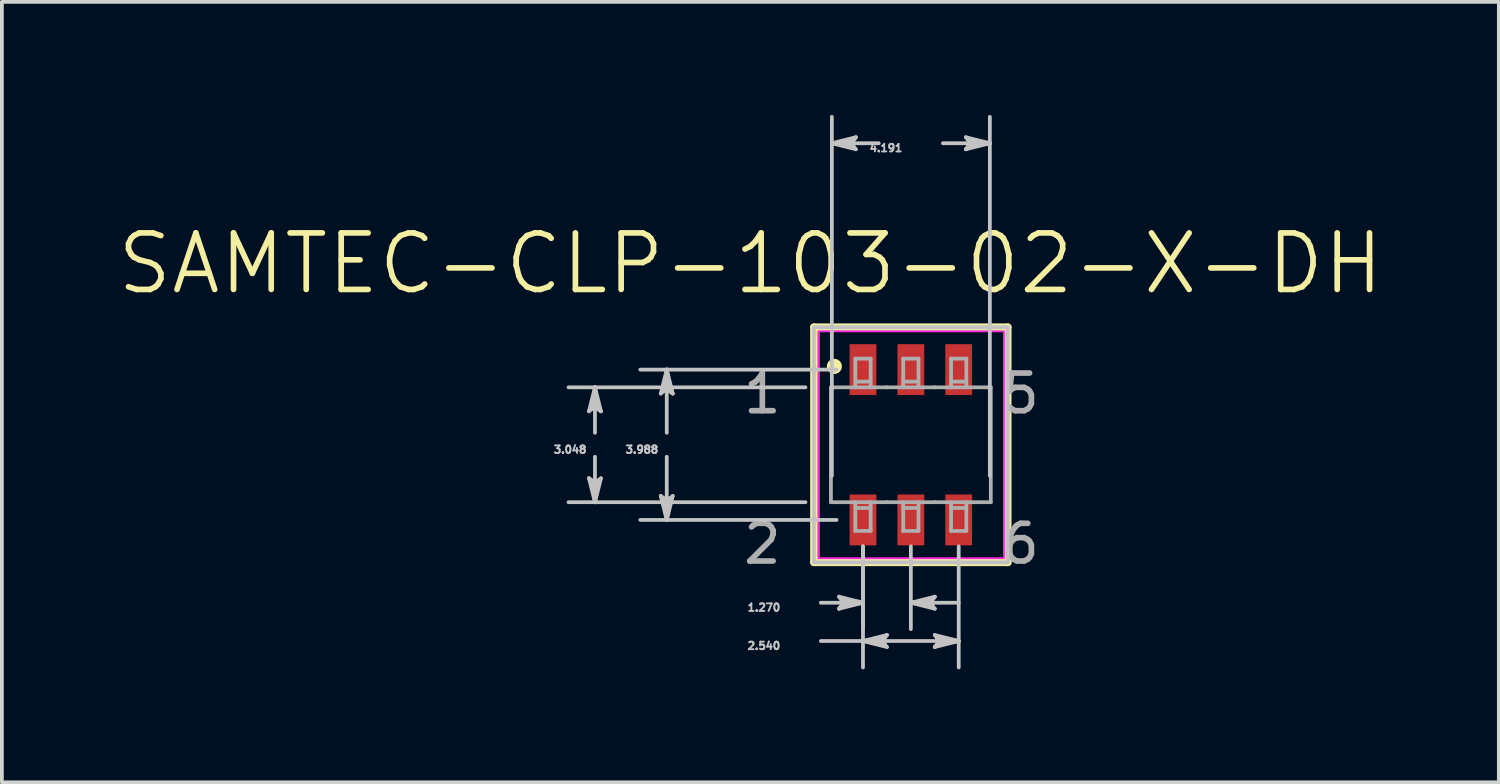
<source format=kicad_pcb>
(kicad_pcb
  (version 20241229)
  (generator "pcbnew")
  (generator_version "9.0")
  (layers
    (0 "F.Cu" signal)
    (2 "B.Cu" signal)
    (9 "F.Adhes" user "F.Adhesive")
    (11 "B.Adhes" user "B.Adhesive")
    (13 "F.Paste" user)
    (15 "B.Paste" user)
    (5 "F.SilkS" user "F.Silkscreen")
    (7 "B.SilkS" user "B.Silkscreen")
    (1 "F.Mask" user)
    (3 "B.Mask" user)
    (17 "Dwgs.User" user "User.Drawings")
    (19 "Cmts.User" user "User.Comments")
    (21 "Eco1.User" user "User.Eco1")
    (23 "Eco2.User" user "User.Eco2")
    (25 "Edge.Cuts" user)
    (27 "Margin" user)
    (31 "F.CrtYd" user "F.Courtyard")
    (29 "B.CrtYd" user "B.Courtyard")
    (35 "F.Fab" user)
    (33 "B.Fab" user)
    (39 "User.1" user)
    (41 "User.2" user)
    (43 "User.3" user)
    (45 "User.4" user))
  (footprint "SAMTEC-CLP-103-02-X-DH"
    (layer "F.Cu")
    (at 21.119 8.752)
    (property "Reference" "SAMTEC-CLP-103-02-X-DH" (at -4.258 -4.808 0) (layer "F.SilkS") (effects (font (size 1.5 1.5) (thickness 0.15))))
    (attr smd)
    (fp_poly (pts (xy -1.677 -2.72) (xy -0.864 -2.72) (xy -0.864 -1.268) (xy -1.677 -1.268)) (stroke (width 0.01) (type solid)) (fill yes) (layer "F.Mask"))
    (fp_poly (pts (xy -1.677 1.268) (xy -0.864 1.268) (xy -0.864 2.72) (xy -1.677 2.72)) (stroke (width 0.01) (type solid)) (fill yes) (layer "F.Mask"))
    (fp_poly (pts (xy -0.407 -2.72) (xy 0.406 -2.72) (xy 0.406 -1.268) (xy -0.407 -1.268)) (stroke (width 0.01) (type solid)) (fill yes) (layer "F.Mask"))
    (fp_poly (pts (xy -0.407 1.268) (xy 0.406 1.268) (xy 0.406 2.72) (xy -0.407 2.72)) (stroke (width 0.01) (type solid)) (fill yes) (layer "F.Mask"))
    (fp_poly (pts (xy 0.863 -2.72) (xy 1.676 -2.72) (xy 1.676 -1.268) (xy 0.863 -1.268)) (stroke (width 0.01) (type solid)) (fill yes) (layer "F.Mask"))
    (fp_poly (pts (xy 0.863 1.268) (xy 1.676 1.268) (xy 1.676 2.72) (xy 0.863 2.72)) (stroke (width 0.01) (type solid)) (fill yes) (layer "F.Mask"))
    (fp_line (start -2.571 -3.12) (end -2.571 3.12) (stroke (width 0.2) (type solid)) (layer "F.SilkS"))
    (fp_line (start -2.571 3.12) (end 2.571 3.12) (stroke (width 0.2) (type solid)) (layer "F.SilkS"))
    (fp_line (start 2.571 -3.12) (end -2.571 -3.12) (stroke (width 0.2) (type solid)) (layer "F.SilkS"))
    (fp_line (start 2.571 3.12) (end 2.571 -3.12) (stroke (width 0.2) (type solid)) (layer "F.SilkS"))
    (fp_circle (center -2.03 -2.08) (end -1.88 -2.08) (stroke (width 0.1) (type solid)) (fill yes) (layer "F.SilkS"))
    (fp_poly (pts (xy -1.626 -2.669) (xy -0.915 -2.669) (xy -0.915 -1.319) (xy -1.626 -1.319)) (stroke (width 0.01) (type solid)) (fill yes) (layer "F.Paste"))
    (fp_poly (pts (xy -1.626 1.319) (xy -0.915 1.319) (xy -0.915 2.669) (xy -1.626 2.669)) (stroke (width 0.01) (type solid)) (fill yes) (layer "F.Paste"))
    (fp_poly (pts (xy -0.356 -2.669) (xy 0.355 -2.669) (xy 0.355 -1.319) (xy -0.356 -1.319)) (stroke (width 0.01) (type solid)) (fill yes) (layer "F.Paste"))
    (fp_poly (pts (xy -0.356 1.319) (xy 0.355 1.319) (xy 0.355 2.669) (xy -0.356 2.669)) (stroke (width 0.01) (type solid)) (fill yes) (layer "F.Paste"))
    (fp_poly (pts (xy 0.914 -2.669) (xy 1.625 -2.669) (xy 1.625 -1.319) (xy 0.914 -1.319)) (stroke (width 0.01) (type solid)) (fill yes) (layer "F.Paste"))
    (fp_poly (pts (xy 0.914 1.319) (xy 1.625 1.319) (xy 1.625 2.669) (xy 0.914 2.669)) (stroke (width 0.01) (type solid)) (fill yes) (layer "F.Paste"))
    (fp_line (start -8.541 -0.889) (end -8.382 -1.016) (stroke (width 0.1) (type solid)) (layer "Dwgs.User"))
    (fp_line (start -8.541 0.889) (end -8.382 1.524) (stroke (width 0.1) (type solid)) (layer "Dwgs.User"))
    (fp_line (start -8.461 -0.952) (end -8.382 -1.016) (stroke (width 0.1) (type solid)) (layer "Dwgs.User"))
    (fp_line (start -8.461 0.952) (end -8.541 0.889) (stroke (width 0.1) (type solid)) (layer "Dwgs.User"))
    (fp_line (start -8.382 -1.524) (end -8.541 -0.889) (stroke (width 0.1) (type solid)) (layer "Dwgs.User"))
    (fp_line (start -8.382 -1.524) (end -8.461 -0.952) (stroke (width 0.1) (type solid)) (layer "Dwgs.User"))
    (fp_line (start -8.382 -1.524) (end -8.303 -0.952) (stroke (width 0.1) (type solid)) (layer "Dwgs.User"))
    (fp_line (start -8.382 -1.016) (end -8.382 -1.524) (stroke (width 0.1) (type solid)) (layer "Dwgs.User"))
    (fp_line (start -8.382 -1.016) (end -8.223 -0.889) (stroke (width 0.1) (type solid)) (layer "Dwgs.User"))
    (fp_line (start -8.382 -0.318) (end -8.382 -1.524) (stroke (width 0.1) (type solid)) (layer "Dwgs.User"))
    (fp_line (start -8.382 0.318) (end -8.382 1.524) (stroke (width 0.1) (type solid)) (layer "Dwgs.User"))
    (fp_line (start -8.382 1.016) (end -8.541 0.889) (stroke (width 0.1) (type solid)) (layer "Dwgs.User"))
    (fp_line (start -8.382 1.016) (end -8.382 1.524) (stroke (width 0.1) (type solid)) (layer "Dwgs.User"))
    (fp_line (start -8.382 1.524) (end -8.461 0.952) (stroke (width 0.1) (type solid)) (layer "Dwgs.User"))
    (fp_line (start -8.382 1.524) (end -8.303 0.952) (stroke (width 0.1) (type solid)) (layer "Dwgs.User"))
    (fp_line (start -8.382 1.524) (end -8.223 0.889) (stroke (width 0.1) (type solid)) (layer "Dwgs.User"))
    (fp_line (start -8.303 -0.952) (end -8.223 -0.889) (stroke (width 0.1) (type solid)) (layer "Dwgs.User"))
    (fp_line (start -8.303 0.952) (end -8.382 1.016) (stroke (width 0.1) (type solid)) (layer "Dwgs.User"))
    (fp_line (start -8.223 -0.889) (end -8.382 -1.524) (stroke (width 0.1) (type solid)) (layer "Dwgs.User"))
    (fp_line (start -8.223 0.889) (end -8.382 1.016) (stroke (width 0.1) (type solid)) (layer "Dwgs.User"))
    (fp_line (start -6.636 -1.359) (end -6.477 -1.486) (stroke (width 0.1) (type solid)) (layer "Dwgs.User"))
    (fp_line (start -6.636 1.359) (end -6.477 1.994) (stroke (width 0.1) (type solid)) (layer "Dwgs.User"))
    (fp_line (start -6.556 -1.422) (end -6.477 -1.486) (stroke (width 0.1) (type solid)) (layer "Dwgs.User"))
    (fp_line (start -6.556 1.422) (end -6.636 1.359) (stroke (width 0.1) (type solid)) (layer "Dwgs.User"))
    (fp_line (start -6.477 -1.994) (end -6.636 -1.359) (stroke (width 0.1) (type solid)) (layer "Dwgs.User"))
    (fp_line (start -6.477 -1.994) (end -6.556 -1.422) (stroke (width 0.1) (type solid)) (layer "Dwgs.User"))
    (fp_line (start -6.477 -1.994) (end -6.398 -1.422) (stroke (width 0.1) (type solid)) (layer "Dwgs.User"))
    (fp_line (start -6.477 -1.486) (end -6.477 -1.994) (stroke (width 0.1) (type solid)) (layer "Dwgs.User"))
    (fp_line (start -6.477 -1.486) (end -6.318 -1.359) (stroke (width 0.1) (type solid)) (layer "Dwgs.User"))
    (fp_line (start -6.477 -0.318) (end -6.477 -1.994) (stroke (width 0.1) (type solid)) (layer "Dwgs.User"))
    (fp_line (start -6.477 0.318) (end -6.477 1.994) (stroke (width 0.1) (type solid)) (layer "Dwgs.User"))
    (fp_line (start -6.477 1.486) (end -6.636 1.359) (stroke (width 0.1) (type solid)) (layer "Dwgs.User"))
    (fp_line (start -6.477 1.486) (end -6.477 1.994) (stroke (width 0.1) (type solid)) (layer "Dwgs.User"))
    (fp_line (start -6.477 1.994) (end -6.556 1.422) (stroke (width 0.1) (type solid)) (layer "Dwgs.User"))
    (fp_line (start -6.477 1.994) (end -6.398 1.422) (stroke (width 0.1) (type solid)) (layer "Dwgs.User"))
    (fp_line (start -6.477 1.994) (end -6.318 1.359) (stroke (width 0.1) (type solid)) (layer "Dwgs.User"))
    (fp_line (start -6.398 -1.422) (end -6.318 -1.359) (stroke (width 0.1) (type solid)) (layer "Dwgs.User"))
    (fp_line (start -6.398 1.422) (end -6.477 1.486) (stroke (width 0.1) (type solid)) (layer "Dwgs.User"))
    (fp_line (start -6.318 -1.359) (end -6.477 -1.994) (stroke (width 0.1) (type solid)) (layer "Dwgs.User"))
    (fp_line (start -6.318 1.359) (end -6.477 1.486) (stroke (width 0.1) (type solid)) (layer "Dwgs.User"))
    (fp_line (start -2.797 -1.524) (end -9.083 -1.524) (stroke (width 0.1) (type solid)) (layer "Dwgs.User"))
    (fp_line (start -2.797 1.524) (end -9.083 1.524) (stroke (width 0.1) (type solid)) (layer "Dwgs.User"))
    (fp_line (start -2.571 -3.12) (end -2.571 3.12) (stroke (width 0.1) (type solid)) (layer "Dwgs.User"))
    (fp_line (start -2.571 3.12) (end 2.571 3.12) (stroke (width 0.1) (type solid)) (layer "Dwgs.User"))
    (fp_line (start -2.388 4.191) (end -1.27 4.191) (stroke (width 0.1) (type solid)) (layer "Dwgs.User"))
    (fp_line (start -2.388 5.207) (end -1.27 5.207) (stroke (width 0.1) (type solid)) (layer "Dwgs.User"))
    (fp_line (start -2.096 -8.001) (end -1.524 -8.08) (stroke (width 0.1) (type solid)) (layer "Dwgs.User"))
    (fp_line (start -2.096 -8.001) (end -1.524 -7.922) (stroke (width 0.1) (type solid)) (layer "Dwgs.User"))
    (fp_line (start -2.096 -8.001) (end -1.46 -7.842) (stroke (width 0.1) (type solid)) (layer "Dwgs.User"))
    (fp_line (start -2.096 0.823) (end -2.096 -8.702) (stroke (width 0.1) (type solid)) (layer "Dwgs.User"))
    (fp_line (start -1.971 -1.994) (end -7.178 -1.994) (stroke (width 0.1) (type solid)) (layer "Dwgs.User"))
    (fp_line (start -1.971 1.994) (end -7.178 1.994) (stroke (width 0.1) (type solid)) (layer "Dwgs.User"))
    (fp_line (start -1.905 4.032) (end -1.778 4.191) (stroke (width 0.1) (type solid)) (layer "Dwgs.User"))
    (fp_line (start -1.905 4.35) (end -1.27 4.191) (stroke (width 0.1) (type solid)) (layer "Dwgs.User"))
    (fp_line (start -1.842 4.112) (end -1.778 4.191) (stroke (width 0.1) (type solid)) (layer "Dwgs.User"))
    (fp_line (start -1.842 4.27) (end -1.905 4.35) (stroke (width 0.1) (type solid)) (layer "Dwgs.User"))
    (fp_line (start -1.778 4.191) (end -1.905 4.35) (stroke (width 0.1) (type solid)) (layer "Dwgs.User"))
    (fp_line (start -1.778 4.191) (end -1.27 4.191) (stroke (width 0.1) (type solid)) (layer "Dwgs.User"))
    (fp_line (start -1.588 -8.001) (end -2.096 -8.001) (stroke (width 0.1) (type solid)) (layer "Dwgs.User"))
    (fp_line (start -1.588 -8.001) (end -1.46 -8.16) (stroke (width 0.1) (type solid)) (layer "Dwgs.User"))
    (fp_line (start -1.524 -8.08) (end -1.46 -8.16) (stroke (width 0.1) (type solid)) (layer "Dwgs.User"))
    (fp_line (start -1.524 -7.922) (end -1.588 -8.001) (stroke (width 0.1) (type solid)) (layer "Dwgs.User"))
    (fp_line (start -1.46 -8.16) (end -2.096 -8.001) (stroke (width 0.1) (type solid)) (layer "Dwgs.User"))
    (fp_line (start -1.46 -7.842) (end -1.588 -8.001) (stroke (width 0.1) (type solid)) (layer "Dwgs.User"))
    (fp_line (start -1.27 2.695) (end -1.27 4.892) (stroke (width 0.1) (type solid)) (layer "Dwgs.User"))
    (fp_line (start -1.27 2.695) (end -1.27 5.908) (stroke (width 0.1) (type solid)) (layer "Dwgs.User"))
    (fp_line (start -1.27 4.191) (end -1.905 4.032) (stroke (width 0.1) (type solid)) (layer "Dwgs.User"))
    (fp_line (start -1.27 4.191) (end -1.842 4.112) (stroke (width 0.1) (type solid)) (layer "Dwgs.User"))
    (fp_line (start -1.27 4.191) (end -1.842 4.27) (stroke (width 0.1) (type solid)) (layer "Dwgs.User"))
    (fp_line (start -1.27 5.207) (end -0.698 5.128) (stroke (width 0.1) (type solid)) (layer "Dwgs.User"))
    (fp_line (start -1.27 5.207) (end -0.698 5.286) (stroke (width 0.1) (type solid)) (layer "Dwgs.User"))
    (fp_line (start -1.27 5.207) (end -0.635 5.366) (stroke (width 0.1) (type solid)) (layer "Dwgs.User"))
    (fp_line (start -1.27 5.207) (end 1.27 5.207) (stroke (width 0.1) (type solid)) (layer "Dwgs.User"))
    (fp_line (start -0.851 -8.001) (end -2.096 -8.001) (stroke (width 0.1) (type solid)) (layer "Dwgs.User"))
    (fp_line (start -0.762 5.207) (end -1.27 5.207) (stroke (width 0.1) (type solid)) (layer "Dwgs.User"))
    (fp_line (start -0.762 5.207) (end -0.635 5.048) (stroke (width 0.1) (type solid)) (layer "Dwgs.User"))
    (fp_line (start -0.698 5.128) (end -0.635 5.048) (stroke (width 0.1) (type solid)) (layer "Dwgs.User"))
    (fp_line (start -0.698 5.286) (end -0.762 5.207) (stroke (width 0.1) (type solid)) (layer "Dwgs.User"))
    (fp_line (start -0.635 5.048) (end -1.27 5.207) (stroke (width 0.1) (type solid)) (layer "Dwgs.User"))
    (fp_line (start -0.635 5.366) (end -0.762 5.207) (stroke (width 0.1) (type solid)) (layer "Dwgs.User"))
    (fp_line (start 0 2.695) (end 0 4.892) (stroke (width 0.1) (type solid)) (layer "Dwgs.User"))
    (fp_line (start 0 4.191) (end 0.572 4.112) (stroke (width 0.1) (type solid)) (layer "Dwgs.User"))
    (fp_line (start 0 4.191) (end 0.572 4.27) (stroke (width 0.1) (type solid)) (layer "Dwgs.User"))
    (fp_line (start 0 4.191) (end 0.635 4.35) (stroke (width 0.1) (type solid)) (layer "Dwgs.User"))
    (fp_line (start 0.508 4.191) (end 0 4.191) (stroke (width 0.1) (type solid)) (layer "Dwgs.User"))
    (fp_line (start 0.508 4.191) (end 0.635 4.032) (stroke (width 0.1) (type solid)) (layer "Dwgs.User"))
    (fp_line (start 0.572 4.112) (end 0.635 4.032) (stroke (width 0.1) (type solid)) (layer "Dwgs.User"))
    (fp_line (start 0.572 4.27) (end 0.508 4.191) (stroke (width 0.1) (type solid)) (layer "Dwgs.User"))
    (fp_line (start 0.635 4.032) (end 0 4.191) (stroke (width 0.1) (type solid)) (layer "Dwgs.User"))
    (fp_line (start 0.635 4.35) (end 0.508 4.191) (stroke (width 0.1) (type solid)) (layer "Dwgs.User"))
    (fp_line (start 0.635 5.048) (end 0.762 5.207) (stroke (width 0.1) (type solid)) (layer "Dwgs.User"))
    (fp_line (start 0.635 5.366) (end 1.27 5.207) (stroke (width 0.1) (type solid)) (layer "Dwgs.User"))
    (fp_line (start 0.698 5.128) (end 0.762 5.207) (stroke (width 0.1) (type solid)) (layer "Dwgs.User"))
    (fp_line (start 0.698 5.286) (end 0.635 5.366) (stroke (width 0.1) (type solid)) (layer "Dwgs.User"))
    (fp_line (start 0.762 5.207) (end 0.635 5.366) (stroke (width 0.1) (type solid)) (layer "Dwgs.User"))
    (fp_line (start 0.762 5.207) (end 1.27 5.207) (stroke (width 0.1) (type solid)) (layer "Dwgs.User"))
    (fp_line (start 0.851 -8.001) (end 2.096 -8.001) (stroke (width 0.1) (type solid)) (layer "Dwgs.User"))
    (fp_line (start 1.27 2.695) (end 1.27 5.908) (stroke (width 0.1) (type solid)) (layer "Dwgs.User"))
    (fp_line (start 1.27 4.191) (end 0 4.191) (stroke (width 0.1) (type solid)) (layer "Dwgs.User"))
    (fp_line (start 1.27 5.207) (end 0.635 5.048) (stroke (width 0.1) (type solid)) (layer "Dwgs.User"))
    (fp_line (start 1.27 5.207) (end 0.698 5.128) (stroke (width 0.1) (type solid)) (layer "Dwgs.User"))
    (fp_line (start 1.27 5.207) (end 0.698 5.286) (stroke (width 0.1) (type solid)) (layer "Dwgs.User"))
    (fp_line (start 1.46 -8.16) (end 1.588 -8.001) (stroke (width 0.1) (type solid)) (layer "Dwgs.User"))
    (fp_line (start 1.46 -7.842) (end 2.096 -8.001) (stroke (width 0.1) (type solid)) (layer "Dwgs.User"))
    (fp_line (start 1.524 -8.08) (end 1.588 -8.001) (stroke (width 0.1) (type solid)) (layer "Dwgs.User"))
    (fp_line (start 1.524 -7.922) (end 1.46 -7.842) (stroke (width 0.1) (type solid)) (layer "Dwgs.User"))
    (fp_line (start 1.588 -8.001) (end 1.46 -7.842) (stroke (width 0.1) (type solid)) (layer "Dwgs.User"))
    (fp_line (start 1.588 -8.001) (end 2.096 -8.001) (stroke (width 0.1) (type solid)) (layer "Dwgs.User"))
    (fp_line (start 2.096 -8.001) (end 1.46 -8.16) (stroke (width 0.1) (type solid)) (layer "Dwgs.User"))
    (fp_line (start 2.096 -8.001) (end 1.524 -8.08) (stroke (width 0.1) (type solid)) (layer "Dwgs.User"))
    (fp_line (start 2.096 -8.001) (end 1.524 -7.922) (stroke (width 0.1) (type solid)) (layer "Dwgs.User"))
    (fp_line (start 2.096 0.823) (end 2.096 -8.702) (stroke (width 0.1) (type solid)) (layer "Dwgs.User"))
    (fp_line (start 2.571 -3.12) (end -2.571 -3.12) (stroke (width 0.1) (type solid)) (layer "Dwgs.User"))
    (fp_line (start 2.571 3.12) (end 2.571 -3.12) (stroke (width 0.1) (type solid)) (layer "Dwgs.User"))
    (fp_rect (start -2.44 -3.01) (end 2.47 3.01) (stroke (width 0.05) (type default)) (fill no) (layer "F.CrtYd"))
    (fp_line (start -2.121 -1.524) (end -2.121 1.524) (stroke (width 0.1) (type solid)) (layer "F.Fab"))
    (fp_line (start -2.121 1.524) (end -0.635 1.524) (stroke (width 0.1) (type solid)) (layer "F.Fab"))
    (fp_line (start -1.473 -2.286) (end -1.473 -1.524) (stroke (width 0.1) (type solid)) (layer "F.Fab"))
    (fp_line (start -1.473 1.524) (end -1.473 2.286) (stroke (width 0.1) (type solid)) (layer "F.Fab"))
    (fp_line (start -1.473 1.676) (end -1.067 1.676) (stroke (width 0.1) (type solid)) (layer "F.Fab"))
    (fp_line (start -1.473 2.286) (end -1.067 2.286) (stroke (width 0.1) (type solid)) (layer "F.Fab"))
    (fp_line (start -1.067 -2.286) (end -1.473 -2.286) (stroke (width 0.1) (type solid)) (layer "F.Fab"))
    (fp_line (start -1.067 -1.676) (end -1.473 -1.676) (stroke (width 0.1) (type solid)) (layer "F.Fab"))
    (fp_line (start -1.067 -1.524) (end -1.067 -2.286) (stroke (width 0.1) (type solid)) (layer "F.Fab"))
    (fp_line (start -1.067 2.286) (end -1.067 1.524) (stroke (width 0.1) (type solid)) (layer "F.Fab"))
    (fp_line (start -0.635 -1.524) (end -2.121 -1.524) (stroke (width 0.1) (type solid)) (layer "F.Fab"))
    (fp_line (start -0.635 -1.524) (end 0.635 -1.524) (stroke (width 0.1) (type solid)) (layer "F.Fab"))
    (fp_line (start -0.635 1.524) (end 0.635 1.524) (stroke (width 0.1) (type solid)) (layer "F.Fab"))
    (fp_line (start -0.203 -2.286) (end -0.203 -1.524) (stroke (width 0.1) (type solid)) (layer "F.Fab"))
    (fp_line (start -0.203 1.524) (end -0.203 2.286) (stroke (width 0.1) (type solid)) (layer "F.Fab"))
    (fp_line (start -0.203 1.676) (end 0.203 1.676) (stroke (width 0.1) (type solid)) (layer "F.Fab"))
    (fp_line (start -0.203 2.286) (end 0.203 2.286) (stroke (width 0.1) (type solid)) (layer "F.Fab"))
    (fp_line (start 0.203 -2.286) (end -0.203 -2.286) (stroke (width 0.1) (type solid)) (layer "F.Fab"))
    (fp_line (start 0.203 -1.676) (end -0.203 -1.676) (stroke (width 0.1) (type solid)) (layer "F.Fab"))
    (fp_line (start 0.203 -1.524) (end 0.203 -2.286) (stroke (width 0.1) (type solid)) (layer "F.Fab"))
    (fp_line (start 0.203 2.286) (end 0.203 1.524) (stroke (width 0.1) (type solid)) (layer "F.Fab"))
    (fp_line (start 0.635 -1.524) (end 2.121 -1.524) (stroke (width 0.1) (type solid)) (layer "F.Fab"))
    (fp_line (start 1.067 -2.286) (end 1.067 -1.524) (stroke (width 0.1) (type solid)) (layer "F.Fab"))
    (fp_line (start 1.067 1.524) (end 1.067 2.286) (stroke (width 0.1) (type solid)) (layer "F.Fab"))
    (fp_line (start 1.067 1.676) (end 1.473 1.676) (stroke (width 0.1) (type solid)) (layer "F.Fab"))
    (fp_line (start 1.067 2.286) (end 1.473 2.286) (stroke (width 0.1) (type solid)) (layer "F.Fab"))
    (fp_line (start 1.473 -2.286) (end 1.067 -2.286) (stroke (width 0.1) (type solid)) (layer "F.Fab"))
    (fp_line (start 1.473 -1.676) (end 1.067 -1.676) (stroke (width 0.1) (type solid)) (layer "F.Fab"))
    (fp_line (start 1.473 -1.524) (end 1.473 -2.286) (stroke (width 0.1) (type solid)) (layer "F.Fab"))
    (fp_line (start 1.473 2.286) (end 1.473 1.524) (stroke (width 0.1) (type solid)) (layer "F.Fab"))
    (fp_line (start 2.121 -1.524) (end 2.121 1.524) (stroke (width 0.1) (type solid)) (layer "F.Fab"))
    (fp_line (start 2.121 1.524) (end 0.635 1.524) (stroke (width 0.1) (type solid)) (layer "F.Fab"))
    (fp_rect (start -2.56 -3.12) (end 2.55 3.11) (stroke (width 0.1) (type default)) (fill no) (layer "User.7"))
    (fp_text user "3.988" (at -7.137 0.127 0) (layer "Dwgs.User") (effects (font (size 0.2 0.2) (thickness 0.15))))
    (fp_text user "1.270" (at -3.899 4.318 0) (layer "Dwgs.User") (effects (font (size 0.2 0.2) (thickness 0.15))))
    (fp_text user "3.048" (at -9.042 0.127 0) (layer "Dwgs.User") (effects (font (size 0.2 0.2) (thickness 0.15))))
    (fp_text user "2.540" (at -3.899 5.334 0) (layer "Dwgs.User") (effects (font (size 0.2 0.2) (thickness 0.15))))
    (fp_text user "4.191" (at -0.66 -7.874 0) (layer "Dwgs.User") (effects (font (size 0.2 0.2) (thickness 0.15))))
    (fp_text user "5" (at 2.912 -1.359 0) (layer "F.Fab") (effects (font (size 1 1) (thickness 0.15))))
    (fp_text user "6" (at 2.912 2.629 0) (layer "F.Fab") (effects (font (size 1 1) (thickness 0.15))))
    (fp_text user "1" (at -3.941 -1.359 0) (layer "F.Fab") (effects (font (size 1 1) (thickness 0.15))))
    (fp_text user "2" (at -3.941 2.629 0) (layer "F.Fab") (effects (font (size 1 1) (thickness 0.15))))
    (pad "1" smd rect (at -1.27 -1.994) (size 0.711 1.35) (layers "F.Cu" "F.Paste"))
    (pad "2" smd rect (at -1.27 1.994) (size 0.711 1.35) (layers "F.Cu" "F.Paste"))
    (pad "3" smd rect (at 0 -1.994) (size 0.711 1.35) (layers "F.Cu" "F.Paste"))
    (pad "4" smd rect (at 0 1.994) (size 0.711 1.35) (layers "F.Cu" "F.Paste"))
    (pad "5" smd rect (at 1.27 -1.994) (size 0.711 1.35) (layers "F.Cu" "F.Paste"))
    (pad "6" smd rect (at 1.27 1.994) (size 0.711 1.35) (layers "F.Cu" "F.Paste")))
  (gr_rect
    (start -3 -3)
    (end 36.721 17.71)
    (stroke (width 0.1) (type default))
    (fill no)
    (layer "Edge.Cuts")))
</source>
